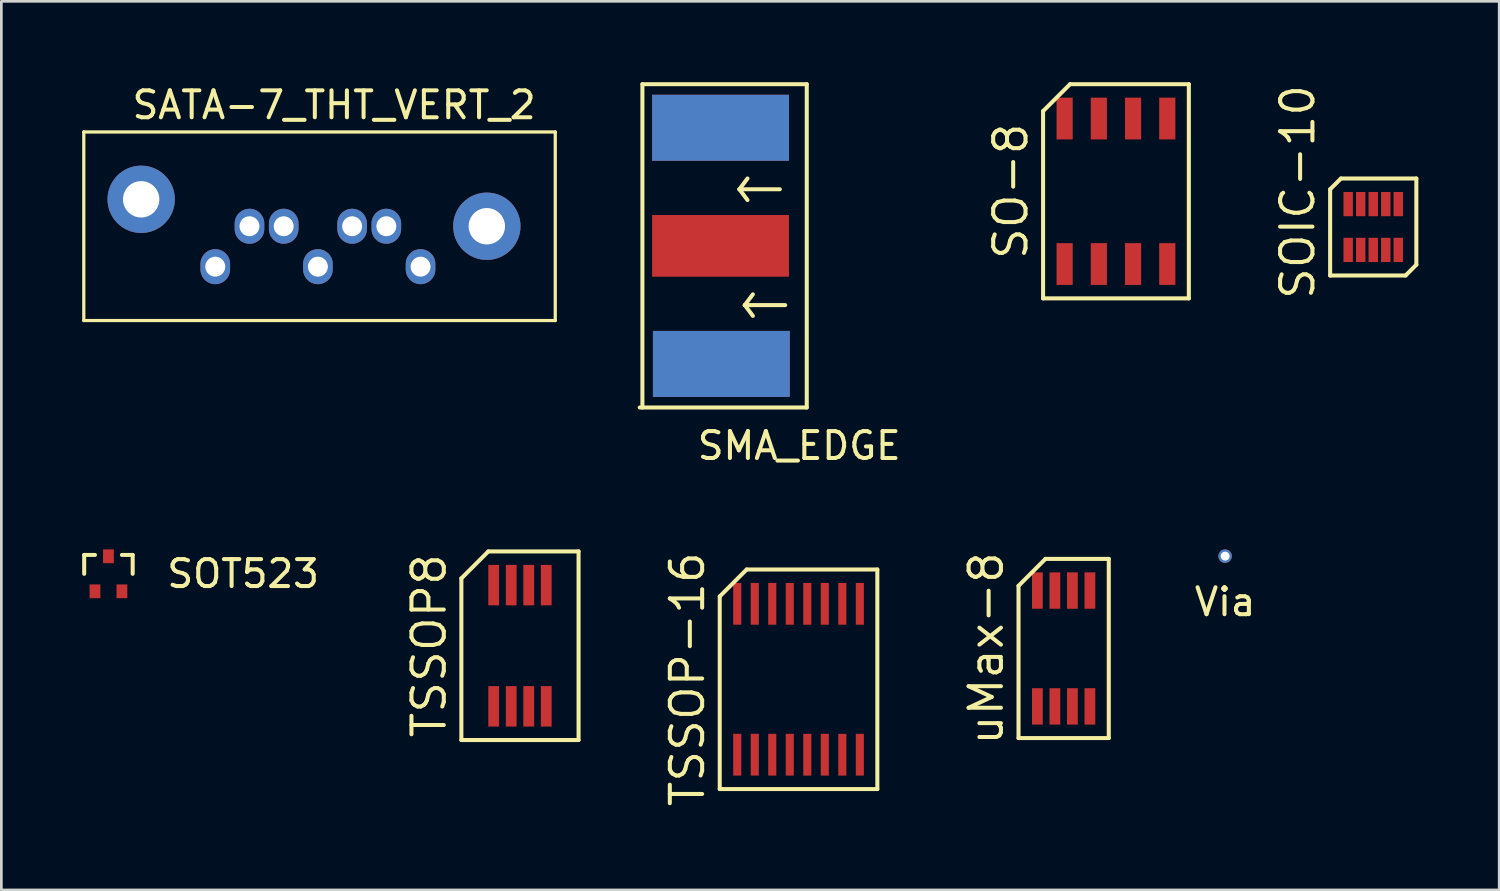
<source format=kicad_pcb>
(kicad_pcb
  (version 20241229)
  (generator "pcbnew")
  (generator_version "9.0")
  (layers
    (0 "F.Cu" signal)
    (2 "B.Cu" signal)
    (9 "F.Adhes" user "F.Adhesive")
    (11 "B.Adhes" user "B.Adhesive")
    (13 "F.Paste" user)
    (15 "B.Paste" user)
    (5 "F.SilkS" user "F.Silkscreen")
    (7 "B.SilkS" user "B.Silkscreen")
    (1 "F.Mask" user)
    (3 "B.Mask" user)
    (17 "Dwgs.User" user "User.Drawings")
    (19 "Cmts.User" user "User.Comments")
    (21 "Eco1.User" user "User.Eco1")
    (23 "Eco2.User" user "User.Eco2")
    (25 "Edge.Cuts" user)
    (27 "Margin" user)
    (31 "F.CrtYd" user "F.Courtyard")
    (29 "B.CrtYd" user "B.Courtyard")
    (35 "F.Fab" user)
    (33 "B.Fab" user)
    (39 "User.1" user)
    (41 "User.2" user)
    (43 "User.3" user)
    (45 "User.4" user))
  (footprint "uMax-8"
    (layer "F.Cu")
    (at 36.43 21.02)
    (property "Reference" "uMax-8" (at -2.875 0 90) (layer "F.SilkS") (effects (font (size 1.2 1.2) (thickness 0.15))))
    (attr through_hole)
    (fp_line (start -1.675 -2.325) (end -1.675 3.325) (stroke (width 0.15) (type solid)) (layer "F.SilkS"))
    (fp_line (start -1.675 3.325) (end 1.675 3.325) (stroke (width 0.15) (type solid)) (layer "F.SilkS"))
    (fp_line (start -0.675 -3.325) (end -1.675 -2.325) (stroke (width 0.15) (type solid)) (layer "F.SilkS"))
    (fp_line (start 1.675 -3.325) (end -0.675 -3.325) (stroke (width 0.15) (type solid)) (layer "F.SilkS"))
    (fp_line (start 1.675 3.325) (end 1.675 -3.325) (stroke (width 0.15) (type solid)) (layer "F.SilkS"))
    (pad "1" smd rect (at -0.975 2.15) (size 0.4 1.35) (layers "F.Cu" "F.Mask" "F.Paste"))
    (pad "2" smd rect (at -0.325 2.15) (size 0.4 1.35) (layers "F.Cu" "F.Mask" "F.Paste"))
    (pad "3" smd rect (at 0.325 2.15) (size 0.4 1.35) (layers "F.Cu" "F.Mask" "F.Paste"))
    (pad "4" smd rect (at 0.975 2.15) (size 0.4 1.35) (layers "F.Cu" "F.Mask" "F.Paste"))
    (pad "5" smd rect (at 0.975 -2.15) (size 0.4 1.35) (layers "F.Cu" "F.Mask" "F.Paste"))
    (pad "6" smd rect (at 0.325 -2.15) (size 0.4 1.35) (layers "F.Cu" "F.Mask" "F.Paste"))
    (pad "7" smd rect (at -0.325 -2.15) (size 0.4 1.35) (layers "F.Cu" "F.Mask" "F.Paste"))
    (pad "8" smd rect (at -0.975 -2.15) (size 0.4 1.35) (layers "F.Cu" "F.Mask" "F.Paste")))
  (footprint "SOT523"
    (layer "F.Cu")
    (at 0.975 18.248)
    (property "Reference" "SOT523" (at 5 0 0) (layer "F.SilkS") (effects (font (size 1 1) (thickness 0.15))))
    (attr through_hole)
    (fp_line (start -0.9 -0.7) (end -0.9 0) (stroke (width 0.15) (type solid)) (layer "F.SilkS"))
    (fp_line (start -0.5 -0.7) (end -0.9 -0.7) (stroke (width 0.15) (type solid)) (layer "F.SilkS"))
    (fp_line (start 0.5 -0.7) (end 0.9 -0.7) (stroke (width 0.15) (type solid)) (layer "F.SilkS"))
    (fp_line (start 0.9 -0.7) (end 0.9 0) (stroke (width 0.15) (type solid)) (layer "F.SilkS"))
    (pad "1" smd rect (at -0.5 0.65) (size 0.4 0.51) (layers "F.Cu" "F.Mask" "F.Paste"))
    (pad "2" smd rect (at 0.5 0.65) (size 0.4 0.51) (layers "F.Cu" "F.Mask" "F.Paste"))
    (pad "3" smd rect (at 0 -0.65) (size 0.4 0.51) (layers "F.Cu" "F.Mask" "F.Paste")))
  (footprint "SMA_EDGE"
    (layer "F.Cu")
    (at 23.695 6.075)
    (property "Reference" "SMA_EDGE" (at 2.92 7.42 0) (layer "F.SilkS") (effects (font (size 1 1) (thickness 0.15))))
    (attr through_hole)
    (fp_line (start -3 6) (end 3.2 6) (stroke (width 0.15) (type solid)) (layer "F.SilkS"))
    (fp_line (start -2.9 -6) (end -2.9 6) (stroke (width 0.15) (type solid)) (layer "F.SilkS"))
    (fp_line (start 0.7 -2.1) (end 1 -2.5) (stroke (width 0.15) (type solid)) (layer "F.SilkS"))
    (fp_line (start 0.7 -2.1) (end 1 -1.7) (stroke (width 0.15) (type solid)) (layer "F.SilkS"))
    (fp_line (start 0.9 2.2) (end 1.2 1.8) (stroke (width 0.15) (type solid)) (layer "F.SilkS"))
    (fp_line (start 0.9 2.2) (end 1.2 2.6) (stroke (width 0.15) (type solid)) (layer "F.SilkS"))
    (fp_line (start 2.2 -2.1) (end 0.7 -2.1) (stroke (width 0.15) (type solid)) (layer "F.SilkS"))
    (fp_line (start 2.4 2.2) (end 0.9 2.2) (stroke (width 0.15) (type solid)) (layer "F.SilkS"))
    (fp_line (start 3.2 -6) (end -2.9 -6) (stroke (width 0.15) (type solid)) (layer "F.SilkS"))
    (fp_line (start 3.2 6) (end 3.2 -6) (stroke (width 0.15) (type solid)) (layer "F.SilkS"))
    (pad "1" smd rect (at 0 0) (size 5.08 2.29) (layers "F.Cu" "F.Mask" "F.Paste"))
    (pad "2" smd rect (at 0 -4.383) (size 5.08 2.45) (layers "F.Cu" "F.Mask" "F.Paste"))
    (pad "2" smd rect (at 0 -4.383) (size 5.08 2.45) (layers "B.Cu" "B.Mask" "B.Paste"))
    (pad "2" smd rect (at 0.03 4.383) (size 5.08 2.45) (layers "F.Cu" "F.Mask" "F.Paste"))
    (pad "2" smd rect (at 0.03 4.383) (size 5.08 2.45) (layers "B.Cu" "B.Mask" "B.Paste")))
  (footprint "SO-8"
    (layer "F.Cu")
    (at 38.372 4.05)
    (property "Reference" "SO-8" (at -3.905 0 90) (layer "F.SilkS") (effects (font (size 1.2 1.2) (thickness 0.15))))
    (attr through_hole)
    (fp_line (start -2.705 -2.975) (end -2.705 3.975) (stroke (width 0.15) (type solid)) (layer "F.SilkS"))
    (fp_line (start -2.705 3.975) (end 2.705 3.975) (stroke (width 0.15) (type solid)) (layer "F.SilkS"))
    (fp_line (start -1.705 -3.975) (end -2.705 -2.975) (stroke (width 0.15) (type solid)) (layer "F.SilkS"))
    (fp_line (start 2.705 -3.975) (end -1.705 -3.975) (stroke (width 0.15) (type solid)) (layer "F.SilkS"))
    (fp_line (start 2.705 3.975) (end 2.705 -3.975) (stroke (width 0.15) (type solid)) (layer "F.SilkS"))
    (pad "1" smd rect (at -1.905 2.7) (size 0.6 1.55) (layers "F.Cu" "F.Mask" "F.Paste"))
    (pad "2" smd rect (at -0.635 2.7) (size 0.6 1.55) (layers "F.Cu" "F.Mask" "F.Paste"))
    (pad "3" smd rect (at 0.635 2.7) (size 0.6 1.55) (layers "F.Cu" "F.Mask" "F.Paste"))
    (pad "4" smd rect (at 1.905 2.7) (size 0.6 1.55) (layers "F.Cu" "F.Mask" "F.Paste"))
    (pad "5" smd rect (at 1.905 -2.7) (size 0.6 1.55) (layers "F.Cu" "F.Mask" "F.Paste"))
    (pad "6" smd rect (at 0.635 -2.7) (size 0.6 1.55) (layers "F.Cu" "F.Mask" "F.Paste"))
    (pad "7" smd rect (at -0.635 -2.7) (size 0.6 1.55) (layers "F.Cu" "F.Mask" "F.Paste"))
    (pad "8" smd rect (at -1.905 -2.7) (size 0.6 1.55) (layers "F.Cu" "F.Mask" "F.Paste")))
  (footprint "SOIC-10"
    (layer "F.Cu")
    (at 47.922 5.376)
    (property "Reference" "SOIC-10" (at -2.805 -1.3 90) (layer "F.SilkS") (effects (font (size 1.2 1.2) (thickness 0.15))))
    (attr through_hole)
    (fp_line (start -1.6 -1.4) (end -1.6 1.8) (stroke (width 0.15) (type solid)) (layer "F.SilkS"))
    (fp_line (start -1.6 1.8) (end 1.2 1.8) (stroke (width 0.15) (type solid)) (layer "F.SilkS"))
    (fp_line (start -1.2 -1.8) (end -1.6 -1.4) (stroke (width 0.15) (type solid)) (layer "F.SilkS"))
    (fp_line (start 1.2 1.8) (end 1.6 1.4) (stroke (width 0.15) (type solid)) (layer "F.SilkS"))
    (fp_line (start 1.6 -1.8) (end -1.2 -1.8) (stroke (width 0.15) (type solid)) (layer "F.SilkS"))
    (fp_line (start 1.6 1.4) (end 1.6 -1.8) (stroke (width 0.15) (type solid)) (layer "F.SilkS"))
    (pad "1" smd rect (at -0.93 0.85) (size 0.35 0.9) (layers "F.Cu" "F.Mask" "F.Paste"))
    (pad "2" smd rect (at -0.465 0.85) (size 0.35 0.9) (layers "F.Cu" "F.Mask" "F.Paste"))
    (pad "3" smd rect (at 0 0.85) (size 0.35 0.9) (layers "F.Cu" "F.Mask" "F.Paste"))
    (pad "4" smd rect (at 0.465 0.85) (size 0.35 0.9) (layers "F.Cu" "F.Mask" "F.Paste"))
    (pad "5" smd rect (at 0.93 0.85) (size 0.35 0.9) (layers "F.Cu" "F.Mask" "F.Paste"))
    (pad "6" smd rect (at 0.93 -0.85) (size 0.35 0.9) (layers "F.Cu" "F.Mask" "F.Paste"))
    (pad "7" smd rect (at 0.465 -0.85) (size 0.35 0.9) (layers "F.Cu" "F.Mask" "F.Paste"))
    (pad "8" smd rect (at 0 -0.85) (size 0.35 0.9) (layers "F.Cu" "F.Mask" "F.Paste"))
    (pad "9" smd rect (at -0.465 -0.85) (size 0.35 0.9) (layers "F.Cu" "F.Mask" "F.Paste"))
    (pad "10" smd rect (at -0.93 -0.85) (size 0.35 0.9) (layers "F.Cu" "F.Mask" "F.Paste")))
  (footprint "TSSOP8"
    (layer "F.Cu")
    (at 16.25 20.918)
    (property "Reference" "TSSOP8" (at -3.375 0 90) (layer "F.SilkS") (effects (font (size 1.2 1.2) (thickness 0.15))))
    (attr through_hole)
    (fp_line (start -2.175 -2.5) (end -2.175 3.5) (stroke (width 0.15) (type solid)) (layer "F.SilkS"))
    (fp_line (start -2.175 3.5) (end 2.175 3.5) (stroke (width 0.15) (type solid)) (layer "F.SilkS"))
    (fp_line (start -1.175 -3.5) (end -2.175 -2.5) (stroke (width 0.15) (type solid)) (layer "F.SilkS"))
    (fp_line (start 2.175 -3.5) (end -1.175 -3.5) (stroke (width 0.15) (type solid)) (layer "F.SilkS"))
    (fp_line (start 2.175 3.5) (end 2.175 -3.5) (stroke (width 0.15) (type solid)) (layer "F.SilkS"))
    (pad "1" smd rect (at -0.975 2.25) (size 0.4 1.5) (layers "F.Cu" "F.Mask" "F.Paste"))
    (pad "2" smd rect (at -0.325 2.25) (size 0.4 1.5) (layers "F.Cu" "F.Mask" "F.Paste"))
    (pad "3" smd rect (at 0.325 2.25) (size 0.4 1.5) (layers "F.Cu" "F.Mask" "F.Paste"))
    (pad "4" smd rect (at 0.975 2.25) (size 0.4 1.5) (layers "F.Cu" "F.Mask" "F.Paste"))
    (pad "5" smd rect (at 0.975 -2.25) (size 0.4 1.5) (layers "F.Cu" "F.Mask" "F.Paste"))
    (pad "6" smd rect (at 0.325 -2.25) (size 0.4 1.5) (layers "F.Cu" "F.Mask" "F.Paste"))
    (pad "7" smd rect (at -0.325 -2.25) (size 0.4 1.5) (layers "F.Cu" "F.Mask" "F.Paste"))
    (pad "8" smd rect (at -0.975 -2.25) (size 0.4 1.5) (layers "F.Cu" "F.Mask" "F.Paste")))
  (footprint "TSSOP-16"
    (layer "F.Cu")
    (at 26.59 22.163)
    (property "Reference" "TSSOP-16" (at -4.125 0 90) (layer "F.SilkS") (effects (font (size 1.2 1.2) (thickness 0.15))))
    (attr through_hole)
    (fp_line (start -2.925 -3.075) (end -2.925 4.075) (stroke (width 0.15) (type solid)) (layer "F.SilkS"))
    (fp_line (start -2.925 4.075) (end 2.925 4.075) (stroke (width 0.15) (type solid)) (layer "F.SilkS"))
    (fp_line (start -1.925 -4.075) (end -2.925 -3.075) (stroke (width 0.15) (type solid)) (layer "F.SilkS"))
    (fp_line (start 2.925 -4.075) (end -1.925 -4.075) (stroke (width 0.15) (type solid)) (layer "F.SilkS"))
    (fp_line (start 2.925 4.075) (end 2.925 -4.075) (stroke (width 0.15) (type solid)) (layer "F.SilkS"))
    (pad "1" smd rect (at -2.275 2.8) (size 0.3 1.55) (layers "F.Cu" "F.Mask" "F.Paste"))
    (pad "2" smd rect (at -1.625 2.8) (size 0.3 1.55) (layers "F.Cu" "F.Mask" "F.Paste"))
    (pad "3" smd rect (at -0.975 2.8) (size 0.3 1.55) (layers "F.Cu" "F.Mask" "F.Paste"))
    (pad "4" smd rect (at -0.325 2.8) (size 0.3 1.55) (layers "F.Cu" "F.Mask" "F.Paste"))
    (pad "5" smd rect (at 0.325 2.8) (size 0.3 1.55) (layers "F.Cu" "F.Mask" "F.Paste"))
    (pad "6" smd rect (at 0.975 2.8) (size 0.3 1.55) (layers "F.Cu" "F.Mask" "F.Paste"))
    (pad "7" smd rect (at 1.625 2.8) (size 0.3 1.55) (layers "F.Cu" "F.Mask" "F.Paste"))
    (pad "8" smd rect (at 2.275 2.8) (size 0.3 1.55) (layers "F.Cu" "F.Mask" "F.Paste"))
    (pad "9" smd rect (at 2.275 -2.8) (size 0.3 1.55) (layers "F.Cu" "F.Mask" "F.Paste"))
    (pad "10" smd rect (at 1.625 -2.8) (size 0.3 1.55) (layers "F.Cu" "F.Mask" "F.Paste"))
    (pad "11" smd rect (at 0.975 -2.8) (size 0.3 1.55) (layers "F.Cu" "F.Mask" "F.Paste"))
    (pad "12" smd rect (at 0.325 -2.8) (size 0.3 1.55) (layers "F.Cu" "F.Mask" "F.Paste"))
    (pad "13" smd rect (at -0.325 -2.8) (size 0.3 1.55) (layers "F.Cu" "F.Mask" "F.Paste"))
    (pad "14" smd rect (at -0.975 -2.8) (size 0.3 1.55) (layers "F.Cu" "F.Mask" "F.Paste"))
    (pad "15" smd rect (at -1.625 -2.8) (size 0.3 1.55) (layers "F.Cu" "F.Mask" "F.Paste"))
    (pad "16" smd rect (at -2.275 -2.8) (size 0.3 1.55) (layers "F.Cu" "F.Mask" "F.Paste")))
  (footprint "SATA-7_THT_VERT_2"
    (layer "F.Cu")
    (at 12.56 6.848)
    (property "Reference" "SATA-7_THT_VERT_2" (at -3.21 -6 0) (layer "F.SilkS") (effects (font (size 1 1) (thickness 0.15))))
    (attr through_hole)
    (fp_line (start -12.5 -5) (end 5 -5) (stroke (width 0.12) (type solid)) (layer "F.SilkS"))
    (fp_line (start -12.5 2) (end -12.5 -5) (stroke (width 0.12) (type solid)) (layer "F.SilkS"))
    (fp_line (start 5 -5) (end 5 2) (stroke (width 0.12) (type solid)) (layer "F.SilkS"))
    (fp_line (start 5 2) (end -12.5 2) (stroke (width 0.12) (type solid)) (layer "F.SilkS"))
    (pad "1" thru_hole oval (at 0 0) (size 1.1 1.3) (drill 0.74) (layers "*.Cu" "*.Mask"))
    (pad "2" thru_hole oval (at -1.27 -1.5) (size 1.1 1.3) (drill 0.74) (layers "*.Cu" "*.Mask"))
    (pad "3" thru_hole oval (at -2.54 -1.5) (size 1.1 1.3) (drill 0.74) (layers "*.Cu" "*.Mask"))
    (pad "4" thru_hole oval (at -3.81 0) (size 1.1 1.3) (drill 0.74) (layers "*.Cu" "*.Mask"))
    (pad "5" thru_hole oval (at -5.08 -1.5) (size 1.1 1.3) (drill 0.74) (layers "*.Cu" "*.Mask"))
    (pad "6" thru_hole oval (at -6.35 -1.5) (size 1.1 1.3) (drill 0.74) (layers "*.Cu" "*.Mask"))
    (pad "7" thru_hole oval (at -7.62 0) (size 1.1 1.3) (drill 0.74) (layers "*.Cu" "*.Mask"))
    (pad "8" thru_hole circle (at -10.37 -2.5) (size 2.5 2.5) (drill 1.35) (layers "*.Cu" "*.Mask"))
    (pad "9" thru_hole circle (at 2.46 -1.5) (size 2.5 2.5) (drill 1.35) (layers "*.Cu" "*.Mask")))
  (footprint "Via"
    (layer "F.Cu")
    (at 42.424 17.593)
    (property "Reference" "Via" (at 0 1.7 0) (layer "F.SilkS") (effects (font (size 1 1) (thickness 0.15))))
    (attr through_hole)
    (pad "1" thru_hole circle (at 0 0) (size 0.5 0.5) (drill 0.33) (layers "*.Cu")))
  (gr_rect
    (start -3 -3)
    (end 52.597 29.982)
    (stroke (width 0.1) (type default))
    (fill no)
    (layer "Edge.Cuts")))
</source>
